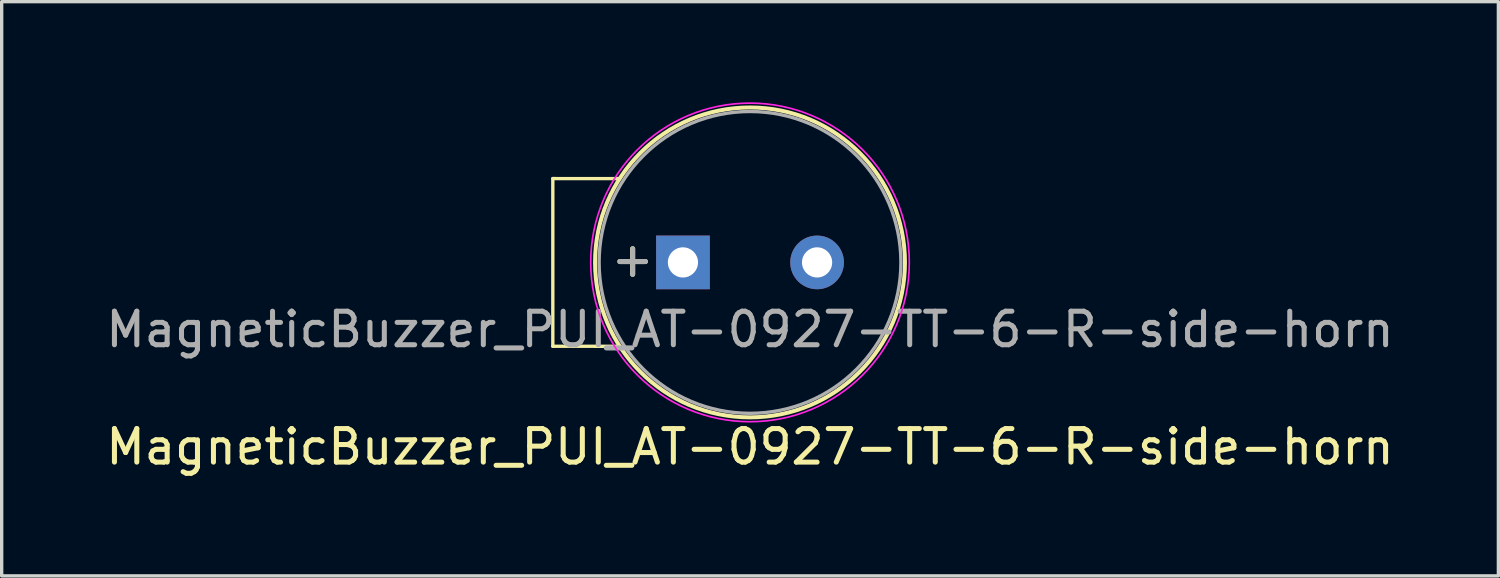
<source format=kicad_pcb>
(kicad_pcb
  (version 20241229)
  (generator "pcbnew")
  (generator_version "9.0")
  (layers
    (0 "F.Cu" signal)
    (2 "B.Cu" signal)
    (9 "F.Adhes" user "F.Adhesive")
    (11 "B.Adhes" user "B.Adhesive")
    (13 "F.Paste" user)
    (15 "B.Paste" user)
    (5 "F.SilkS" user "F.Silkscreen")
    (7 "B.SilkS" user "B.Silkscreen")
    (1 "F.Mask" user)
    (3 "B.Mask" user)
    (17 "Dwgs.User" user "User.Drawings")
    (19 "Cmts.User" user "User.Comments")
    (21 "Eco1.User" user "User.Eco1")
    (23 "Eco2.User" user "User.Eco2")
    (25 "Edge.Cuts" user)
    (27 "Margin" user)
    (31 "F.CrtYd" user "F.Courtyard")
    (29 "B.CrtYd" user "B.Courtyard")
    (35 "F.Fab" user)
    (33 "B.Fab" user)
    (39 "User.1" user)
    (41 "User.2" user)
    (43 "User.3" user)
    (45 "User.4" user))
  (footprint "MagneticBuzzer_PUI_AT-0927-TT-6-R-side-horn"
    (layer "F.Cu")
    (at 17.315 4.775)
    (property "Reference" "MagneticBuzzer_PUI_AT-0927-TT-6-R-side-horn" (at 2 5.5 0) (layer "F.SilkS") (effects (font (size 1 1) (thickness 0.15))))
    (attr through_hole)
    (fp_line (start -3.88 -2.5) (end -3.88 2.5) (stroke (width 0.1) (type solid)) (layer "F.SilkS"))
    (fp_line (start -3.88 -2.5) (end -1.886 -2.499) (stroke (width 0.1) (type default)) (layer "F.SilkS"))
    (fp_line (start -3.88 2.5) (end -1.884 2.502) (stroke (width 0.1) (type default)) (layer "F.SilkS"))
    (fp_circle (center 2 0) (end 6.62 0) (stroke (width 0.12) (type solid)) (fill no) (layer "F.SilkS"))
    (fp_circle (center 2 0) (end 6.75 0) (stroke (width 0.05) (type solid)) (fill no) (layer "F.CrtYd"))
    (fp_circle (center 2 0) (end 6.5 0) (stroke (width 0.1) (type solid)) (fill no) (layer "F.Fab"))
    (fp_text user "+" (at -1.5 -0.1 0) (layer "F.SilkS") (effects (font (size 1 1) (thickness 0.15))))
    (fp_text user "+" (at -1.5 -0.1 0) (layer "F.Fab") (effects (font (size 1 1) (thickness 0.15))))
    (fp_text user "${REFERENCE}" (at 2 2 0) (layer "F.Fab") (effects (font (size 1 1) (thickness 0.15))))
    (pad "1" thru_hole rect (at 0 0) (size 1.6 1.6) (drill 0.9) (layers "*.Cu" "*.Mask"))
    (pad "2" thru_hole circle (at 4 0) (size 1.6 1.6) (drill 0.9) (layers "*.Cu" "*.Mask")))
  (gr_rect
    (start -3 -3)
    (end 41.631 14.123)
    (stroke (width 0.1) (type default))
    (fill no)
    (layer "Edge.Cuts")))
</source>
